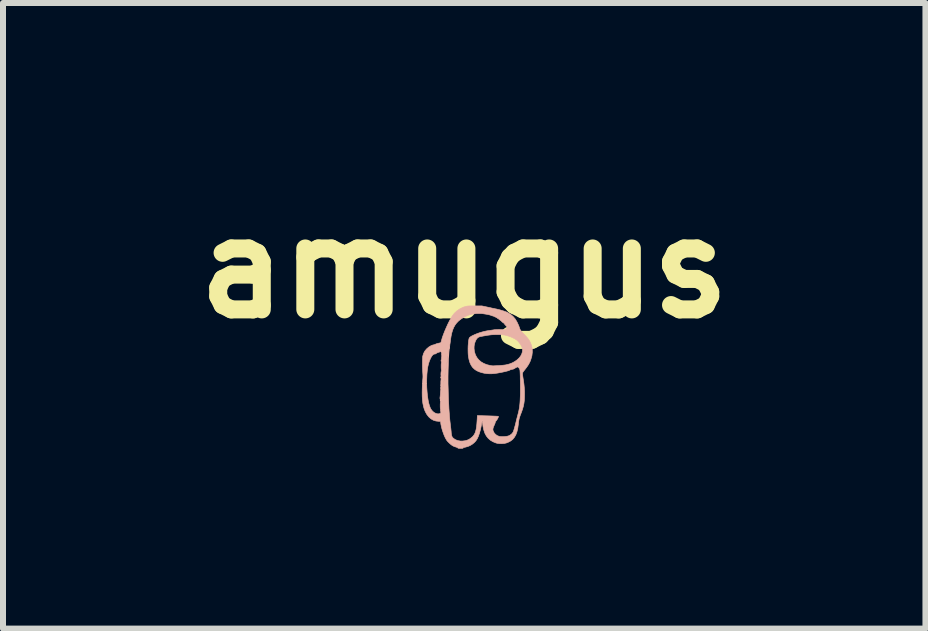
<source format=kicad_pcb>
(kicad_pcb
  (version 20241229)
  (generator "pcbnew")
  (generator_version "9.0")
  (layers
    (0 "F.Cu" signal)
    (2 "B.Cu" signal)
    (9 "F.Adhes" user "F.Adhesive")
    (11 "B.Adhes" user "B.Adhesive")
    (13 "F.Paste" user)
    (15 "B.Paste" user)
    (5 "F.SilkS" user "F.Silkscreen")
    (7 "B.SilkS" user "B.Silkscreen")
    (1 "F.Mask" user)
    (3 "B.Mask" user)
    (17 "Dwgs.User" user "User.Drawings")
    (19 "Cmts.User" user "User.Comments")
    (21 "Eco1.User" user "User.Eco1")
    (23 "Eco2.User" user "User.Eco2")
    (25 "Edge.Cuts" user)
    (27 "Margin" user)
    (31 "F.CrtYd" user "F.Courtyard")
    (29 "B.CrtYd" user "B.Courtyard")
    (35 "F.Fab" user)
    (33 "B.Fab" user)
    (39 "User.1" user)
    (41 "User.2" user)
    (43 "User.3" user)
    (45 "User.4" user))
  (footprint "amugus"
    (layer "F.Cu")
    (at 4.788 3.018)
    (property "Reference" "amugus" (at -0.1 -1.6 180) (layer "F.SilkS") (effects (font (size 1.524 1.524) (thickness 0.3))))
    (attr through_hole)
    (fp_poly (pts (xy 0.297 -0.947) (xy 0.331 -0.94) (xy 0.364 -0.932) (xy 0.395 -0.926) (xy 0.421 -0.92) (xy 0.439 -0.917) (xy 0.441 -0.916) (xy 0.475 -0.908) (xy 0.513 -0.898) (xy 0.549 -0.887) (xy 0.584 -0.875) (xy 0.612 -0.864) (xy 0.628 -0.856) (xy 0.675 -0.827) (xy 0.715 -0.792) (xy 0.751 -0.75) (xy 0.781 -0.699) (xy 0.808 -0.641) (xy 0.821 -0.605) (xy 0.826 -0.589) (xy 0.831 -0.577) (xy 0.837 -0.566) (xy 0.845 -0.554) (xy 0.856 -0.541) (xy 0.872 -0.523) (xy 0.894 -0.501) (xy 0.895 -0.5) (xy 0.923 -0.47) (xy 0.945 -0.446) (xy 0.962 -0.425) (xy 0.976 -0.406) (xy 0.988 -0.387) (xy 0.999 -0.366) (xy 1.002 -0.362) (xy 1.022 -0.309) (xy 1.034 -0.253) (xy 1.035 -0.195) (xy 1.028 -0.136) (xy 1.012 -0.081) (xy 1 -0.047) (xy 0.985 -0.016) (xy 0.969 0.013) (xy 0.948 0.044) (xy 0.922 0.079) (xy 0.903 0.103) (xy 0.89 0.119) (xy 0.881 0.132) (xy 0.875 0.143) (xy 0.872 0.156) (xy 0.872 0.171) (xy 0.874 0.191) (xy 0.878 0.218) (xy 0.88 0.231) (xy 0.888 0.281) (xy 0.894 0.323) (xy 0.898 0.359) (xy 0.901 0.391) (xy 0.903 0.422) (xy 0.905 0.453) (xy 0.905 0.487) (xy 0.905 0.511) (xy 0.904 0.565) (xy 0.901 0.614) (xy 0.895 0.659) (xy 0.886 0.703) (xy 0.873 0.749) (xy 0.856 0.799) (xy 0.841 0.837) (xy 0.83 0.866) (xy 0.822 0.89) (xy 0.816 0.912) (xy 0.811 0.935) (xy 0.807 0.962) (xy 0.803 0.995) (xy 0.801 1.011) (xy 0.792 1.076) (xy 0.778 1.133) (xy 0.76 1.181) (xy 0.736 1.222) (xy 0.708 1.256) (xy 0.673 1.283) (xy 0.633 1.304) (xy 0.602 1.316) (xy 0.566 1.324) (xy 0.526 1.327) (xy 0.485 1.326) (xy 0.448 1.321) (xy 0.429 1.316) (xy 0.378 1.295) (xy 0.335 1.269) (xy 0.299 1.237) (xy 0.268 1.198) (xy 0.244 1.153) (xy 0.226 1.1) (xy 0.213 1.04) (xy 0.205 0.981) (xy 0.204 0.964) (xy 0.203 0.953) (xy 0.201 0.949) (xy 0.199 0.951) (xy 0.197 0.961) (xy 0.194 0.979) (xy 0.189 1.005) (xy 0.186 1.02) (xy 0.172 1.089) (xy 0.155 1.15) (xy 0.137 1.202) (xy 0.117 1.245) (xy 0.096 1.278) (xy 0.095 1.28) (xy 0.066 1.311) (xy 0.031 1.339) (xy -0.005 1.36) (xy -0.026 1.369) (xy -0.049 1.377) (xy -0.074 1.384) (xy -0.094 1.389) (xy -0.107 1.39) (xy -0.115 1.394) (xy -0.117 1.398) (xy -0.119 1.402) (xy -0.125 1.404) (xy -0.138 1.405) (xy -0.158 1.405) (xy -0.162 1.405) (xy -0.184 1.405) (xy -0.198 1.404) (xy -0.205 1.401) (xy -0.207 1.399) (xy -0.211 1.394) (xy -0.223 1.389) (xy -0.232 1.386) (xy -0.267 1.375) (xy -0.299 1.359) (xy -0.33 1.335) (xy -0.354 1.313) (xy -0.376 1.291) (xy -0.392 1.271) (xy -0.405 1.249) (xy -0.418 1.225) (xy -0.433 1.192) (xy -0.447 1.155) (xy -0.461 1.115) (xy -0.473 1.075) (xy -0.482 1.037) (xy -0.489 1.003) (xy -0.492 0.976) (xy -0.492 0.971) (xy -0.492 0.956) (xy -0.523 0.955) (xy -0.571 0.95) (xy -0.615 0.936) (xy -0.655 0.913) (xy -0.691 0.881) (xy -0.723 0.84) (xy -0.73 0.828) (xy -0.75 0.791) (xy -0.766 0.751) (xy -0.779 0.707) (xy -0.789 0.659) (xy -0.796 0.606) (xy -0.8 0.545) (xy -0.801 0.477) (xy -0.8 0.417) (xy -0.799 0.38) (xy -0.798 0.344) (xy -0.797 0.324) (xy -0.726 0.324) (xy -0.724 0.395) (xy -0.719 0.464) (xy -0.713 0.529) (xy -0.704 0.589) (xy -0.694 0.643) (xy -0.681 0.689) (xy -0.667 0.727) (xy -0.66 0.742) (xy -0.641 0.771) (xy -0.618 0.795) (xy -0.592 0.814) (xy -0.564 0.826) (xy -0.537 0.831) (xy -0.512 0.828) (xy -0.505 0.825) (xy -0.494 0.816) (xy -0.489 0.805) (xy -0.49 0.795) (xy -0.491 0.793) (xy -0.496 0.783) (xy -0.497 0.769) (xy -0.495 0.757) (xy -0.495 0.757) (xy -0.494 0.751) (xy -0.496 0.751) (xy -0.498 0.746) (xy -0.499 0.734) (xy -0.5 0.716) (xy -0.5 0.695) (xy -0.5 0.674) (xy -0.499 0.654) (xy -0.498 0.639) (xy -0.497 0.629) (xy -0.496 0.627) (xy -0.494 0.622) (xy -0.496 0.618) (xy -0.5 0.609) (xy -0.5 0.596) (xy -0.5 0.584) (xy -0.502 0.578) (xy -0.503 0.578) (xy -0.505 0.571) (xy -0.504 0.56) (xy -0.504 0.559) (xy -0.502 0.546) (xy -0.5 0.527) (xy -0.498 0.508) (xy -0.497 0.487) (xy -0.496 0.468) (xy -0.495 0.456) (xy -0.493 0.442) (xy -0.491 0.433) (xy -0.49 0.432) (xy -0.489 0.425) (xy -0.491 0.424) (xy -0.493 0.417) (xy -0.494 0.405) (xy -0.493 0.391) (xy -0.491 0.38) (xy -0.489 0.376) (xy -0.489 0.368) (xy -0.491 0.364) (xy -0.494 0.355) (xy -0.493 0.352) (xy -0.491 0.344) (xy -0.49 0.33) (xy -0.49 0.315) (xy -0.49 0.294) (xy -0.488 0.274) (xy -0.487 0.264) (xy -0.486 0.259) (xy -0.37 0.259) (xy -0.37 0.308) (xy -0.37 0.331) (xy -0.367 0.429) (xy -0.365 0.519) (xy -0.362 0.6) (xy -0.358 0.676) (xy -0.355 0.745) (xy -0.35 0.811) (xy -0.345 0.873) (xy -0.34 0.933) (xy -0.333 0.992) (xy -0.327 1.045) (xy -0.324 1.067) (xy -0.321 1.094) (xy -0.318 1.123) (xy -0.317 1.139) (xy -0.314 1.17) (xy -0.309 1.193) (xy -0.303 1.21) (xy -0.295 1.224) (xy -0.283 1.235) (xy -0.278 1.239) (xy -0.259 1.253) (xy -0.241 1.263) (xy -0.22 1.271) (xy -0.205 1.276) (xy -0.168 1.283) (xy -0.131 1.284) (xy -0.091 1.279) (xy -0.086 1.279) (xy -0.051 1.269) (xy -0.019 1.255) (xy 0.012 1.233) (xy 0.03 1.219) (xy 0.049 1.2) (xy 0.065 1.178) (xy 0.079 1.153) (xy 0.09 1.122) (xy 0.099 1.086) (xy 0.106 1.043) (xy 0.111 0.992) (xy 0.115 0.933) (xy 0.116 0.924) (xy 0.119 0.859) (xy 0.258 0.863) (xy 0.295 0.864) (xy 0.329 0.865) (xy 0.36 0.866) (xy 0.385 0.867) (xy 0.403 0.868) (xy 0.413 0.868) (xy 0.413 0.868) (xy 0.43 0.869) (xy 0.449 0.87) (xy 0.452 0.87) (xy 0.465 0.871) (xy 0.47 0.873) (xy 0.47 0.88) (xy 0.468 0.886) (xy 0.458 0.909) (xy 0.442 0.934) (xy 0.431 0.948) (xy 0.422 0.959) (xy 0.418 0.97) (xy 0.418 0.971) (xy 0.416 0.98) (xy 0.411 0.995) (xy 0.404 1.012) (xy 0.391 1.04) (xy 0.383 1.062) (xy 0.379 1.08) (xy 0.378 1.094) (xy 0.381 1.109) (xy 0.383 1.115) (xy 0.399 1.147) (xy 0.422 1.173) (xy 0.452 1.194) (xy 0.485 1.206) (xy 0.508 1.209) (xy 0.537 1.21) (xy 0.568 1.209) (xy 0.599 1.206) (xy 0.626 1.201) (xy 0.637 1.198) (xy 0.666 1.184) (xy 0.693 1.163) (xy 0.714 1.136) (xy 0.715 1.133) (xy 0.72 1.122) (xy 0.726 1.104) (xy 0.734 1.078) (xy 0.742 1.049) (xy 0.751 1.017) (xy 0.753 1.008) (xy 0.762 0.972) (xy 0.771 0.934) (xy 0.78 0.898) (xy 0.789 0.866) (xy 0.795 0.841) (xy 0.795 0.841) (xy 0.805 0.803) (xy 0.813 0.766) (xy 0.82 0.729) (xy 0.825 0.69) (xy 0.829 0.649) (xy 0.832 0.605) (xy 0.834 0.555) (xy 0.836 0.5) (xy 0.836 0.437) (xy 0.836 0.365) (xy 0.836 0.346) (xy 0.835 0.291) (xy 0.834 0.245) (xy 0.834 0.207) (xy 0.833 0.177) (xy 0.832 0.152) (xy 0.831 0.133) (xy 0.83 0.118) (xy 0.829 0.107) (xy 0.828 0.098) (xy 0.826 0.091) (xy 0.825 0.089) (xy 0.819 0.076) (xy 0.811 0.064) (xy 0.801 0.053) (xy 0.794 0.048) (xy 0.792 0.048) (xy 0.773 0.054) (xy 0.753 0.065) (xy 0.74 0.073) (xy 0.722 0.083) (xy 0.701 0.088) (xy 0.685 0.091) (xy 0.67 0.096) (xy 0.667 0.097) (xy 0.654 0.104) (xy 0.636 0.111) (xy 0.611 0.118) (xy 0.579 0.126) (xy 0.539 0.135) (xy 0.523 0.138) (xy 0.461 0.15) (xy 0.406 0.158) (xy 0.358 0.162) (xy 0.313 0.162) (xy 0.272 0.159) (xy 0.232 0.153) (xy 0.191 0.143) (xy 0.182 0.14) (xy 0.15 0.13) (xy 0.125 0.119) (xy 0.103 0.108) (xy 0.08 0.093) (xy 0.074 0.088) (xy 0.043 0.06) (xy 0.017 0.024) (xy -0.004 -0.02) (xy -0.02 -0.073) (xy -0.029 -0.122) (xy -0.033 -0.151) (xy -0.035 -0.185) (xy -0.036 -0.223) (xy -0.036 -0.26) (xy 0.064 -0.26) (xy 0.069 -0.216) (xy 0.071 -0.205) (xy 0.086 -0.155) (xy 0.11 -0.11) (xy 0.141 -0.071) (xy 0.18 -0.037) (xy 0.226 -0.01) (xy 0.279 0.011) (xy 0.33 0.023) (xy 0.344 0.026) (xy 0.355 0.028) (xy 0.365 0.029) (xy 0.376 0.03) (xy 0.389 0.03) (xy 0.406 0.029) (xy 0.429 0.028) (xy 0.46 0.026) (xy 0.468 0.026) (xy 0.501 0.024) (xy 0.533 0.021) (xy 0.563 0.018) (xy 0.587 0.015) (xy 0.598 0.013) (xy 0.651 -0.000388) (xy 0.7 -0.019) (xy 0.744 -0.043) (xy 0.782 -0.07) (xy 0.815 -0.101) (xy 0.841 -0.134) (xy 0.859 -0.169) (xy 0.87 -0.205) (xy 0.872 -0.242) (xy 0.866 -0.27) (xy 0.857 -0.294) (xy 0.841 -0.322) (xy 0.822 -0.349) (xy 0.802 -0.375) (xy 0.782 -0.394) (xy 0.781 -0.395) (xy 0.744 -0.42) (xy 0.7 -0.442) (xy 0.651 -0.462) (xy 0.599 -0.477) (xy 0.575 -0.483) (xy 0.553 -0.486) (xy 0.53 -0.489) (xy 0.504 -0.49) (xy 0.471 -0.491) (xy 0.441 -0.491) (xy 0.406 -0.49) (xy 0.376 -0.489) (xy 0.347 -0.487) (xy 0.318 -0.483) (xy 0.286 -0.479) (xy 0.248 -0.472) (xy 0.208 -0.465) (xy 0.189 -0.461) (xy 0.17 -0.458) (xy 0.162 -0.456) (xy 0.139 -0.448) (xy 0.117 -0.431) (xy 0.098 -0.405) (xy 0.083 -0.372) (xy 0.073 -0.342) (xy 0.065 -0.3) (xy 0.064 -0.26) (xy -0.036 -0.26) (xy -0.036 -0.262) (xy -0.035 -0.301) (xy -0.032 -0.338) (xy -0.029 -0.372) (xy -0.025 -0.401) (xy -0.02 -0.423) (xy -0.015 -0.437) (xy -0.014 -0.437) (xy -0.002 -0.449) (xy 0.018 -0.463) (xy 0.045 -0.477) (xy 0.078 -0.492) (xy 0.115 -0.507) (xy 0.154 -0.521) (xy 0.194 -0.533) (xy 0.235 -0.544) (xy 0.273 -0.552) (xy 0.303 -0.557) (xy 0.327 -0.56) (xy 0.358 -0.565) (xy 0.399 -0.571) (xy 0.403 -0.572) (xy 0.42 -0.573) (xy 0.445 -0.574) (xy 0.474 -0.575) (xy 0.505 -0.575) (xy 0.536 -0.574) (xy 0.536 -0.574) (xy 0.559 -0.574) (xy 0.576 -0.576) (xy 0.59 -0.582) (xy 0.591 -0.583) (xy 0.607 -0.594) (xy 0.614 -0.607) (xy 0.612 -0.62) (xy 0.606 -0.628) (xy 0.594 -0.641) (xy 0.582 -0.654) (xy 0.573 -0.665) (xy 0.568 -0.672) (xy 0.568 -0.673) (xy 0.564 -0.678) (xy 0.554 -0.686) (xy 0.546 -0.691) (xy 0.534 -0.7) (xy 0.526 -0.706) (xy 0.526 -0.709) (xy 0.523 -0.713) (xy 0.513 -0.721) (xy 0.499 -0.731) (xy 0.498 -0.732) (xy 0.484 -0.742) (xy 0.474 -0.75) (xy 0.471 -0.755) (xy 0.471 -0.755) (xy 0.47 -0.757) (xy 0.466 -0.756) (xy 0.458 -0.758) (xy 0.453 -0.764) (xy 0.447 -0.771) (xy 0.443 -0.771) (xy 0.438 -0.772) (xy 0.438 -0.774) (xy 0.434 -0.779) (xy 0.431 -0.779) (xy 0.422 -0.782) (xy 0.41 -0.787) (xy 0.407 -0.789) (xy 0.393 -0.796) (xy 0.379 -0.801) (xy 0.378 -0.801) (xy 0.365 -0.804) (xy 0.35 -0.81) (xy 0.347 -0.811) (xy 0.33 -0.817) (xy 0.305 -0.823) (xy 0.276 -0.829) (xy 0.244 -0.834) (xy 0.211 -0.839) (xy 0.181 -0.842) (xy 0.176 -0.842) (xy 0.107 -0.842) (xy 0.04 -0.833) (xy -0.025 -0.816) (xy -0.087 -0.79) (xy -0.144 -0.757) (xy -0.196 -0.717) (xy -0.198 -0.714) (xy -0.228 -0.683) (xy -0.253 -0.649) (xy -0.274 -0.612) (xy -0.292 -0.569) (xy -0.307 -0.519) (xy -0.319 -0.463) (xy -0.329 -0.398) (xy -0.331 -0.379) (xy -0.335 -0.349) (xy -0.492 0.616) (xy -0.34 -0.308) (xy -0.343 -0.293) (xy -0.345 -0.277) (xy -0.347 -0.269) (xy -0.35 -0.245) (xy -0.353 -0.213) (xy -0.356 -0.173) (xy -0.359 -0.127) (xy -0.362 -0.076) (xy -0.364 -0.022) (xy -0.366 0.035) (xy -0.368 0.093) (xy -0.369 0.15) (xy -0.37 0.206) (xy -0.37 0.259) (xy -0.486 0.259) (xy -0.485 0.247) (xy -0.488 0.235) (xy -0.489 0.234) (xy -0.493 0.226) (xy -0.491 0.216) (xy -0.489 0.212) (xy -0.485 0.201) (xy -0.486 0.193) (xy -0.488 0.186) (xy -0.488 0.172) (xy -0.488 0.163) (xy -0.487 0.147) (xy -0.486 0.134) (xy -0.486 0.131) (xy -0.482 0.12) (xy -0.481 0.117) (xy -0.478 0.109) (xy -0.479 0.106) (xy -0.481 0.097) (xy -0.483 0.081) (xy -0.484 0.061) (xy -0.484 0.038) (xy -0.484 0.016) (xy -0.483 -0.003) (xy -0.481 -0.015) (xy -0.479 -0.032) (xy -0.481 -0.041) (xy -0.486 -0.05) (xy -0.486 -0.061) (xy -0.484 -0.07) (xy -0.482 -0.071) (xy -0.48 -0.078) (xy -0.479 -0.09) (xy -0.479 -0.098) (xy -0.478 -0.113) (xy -0.476 -0.125) (xy -0.475 -0.128) (xy -0.474 -0.137) (xy -0.476 -0.143) (xy -0.479 -0.156) (xy -0.478 -0.163) (xy -0.477 -0.179) (xy -0.481 -0.193) (xy -0.489 -0.203) (xy -0.499 -0.207) (xy -0.509 -0.203) (xy -0.51 -0.202) (xy -0.52 -0.196) (xy -0.527 -0.196) (xy -0.538 -0.195) (xy -0.542 -0.191) (xy -0.549 -0.187) (xy -0.552 -0.187) (xy -0.557 -0.185) (xy -0.565 -0.178) (xy -0.577 -0.169) (xy -0.592 -0.167) (xy -0.607 -0.164) (xy -0.622 -0.153) (xy -0.638 -0.135) (xy -0.655 -0.107) (xy -0.658 -0.101) (xy -0.678 -0.057) (xy -0.694 -0.009) (xy -0.707 0.046) (xy -0.716 0.107) (xy -0.722 0.175) (xy -0.725 0.25) (xy -0.726 0.324) (xy -0.797 0.324) (xy -0.796 0.312) (xy -0.794 0.284) (xy -0.792 0.264) (xy -0.791 0.256) (xy -0.789 0.233) (xy -0.788 0.209) (xy -0.789 0.178) (xy -0.791 0.147) (xy -0.793 0.112) (xy -0.795 0.073) (xy -0.796 0.033) (xy -0.796 -0.008) (xy -0.796 -0.046) (xy -0.795 -0.08) (xy -0.794 -0.108) (xy -0.792 -0.129) (xy -0.791 -0.132) (xy -0.778 -0.176) (xy -0.757 -0.216) (xy -0.727 -0.252) (xy -0.691 -0.283) (xy -0.651 -0.307) (xy -0.635 -0.313) (xy -0.621 -0.318) (xy -0.615 -0.319) (xy -0.605 -0.321) (xy -0.59 -0.326) (xy -0.577 -0.332) (xy -0.556 -0.34) (xy -0.531 -0.346) (xy -0.52 -0.349) (xy -0.504 -0.352) (xy -0.493 -0.354) (xy -0.489 -0.355) (xy -0.488 -0.361) (xy -0.484 -0.373) (xy -0.48 -0.39) (xy -0.479 -0.392) (xy -0.466 -0.439) (xy -0.447 -0.492) (xy -0.425 -0.548) (xy -0.4 -0.606) (xy -0.374 -0.664) (xy -0.347 -0.718) (xy -0.32 -0.767) (xy -0.3 -0.8) (xy -0.265 -0.846) (xy -0.222 -0.886) (xy -0.174 -0.919) (xy -0.12 -0.946) (xy -0.081 -0.959) (xy -0.068 -0.962) (xy -0.055 -0.965) (xy -0.04 -0.967) (xy -0.022 -0.968) (xy 0.001 -0.969) (xy 0.031 -0.969) (xy 0.069 -0.969) (xy 0.075 -0.969) (xy 0.194 -0.969) (xy 0.297 -0.947)) (stroke (width 0.01) (type solid)) (fill yes) (layer "B.SilkS")))
  (gr_rect
    (start -3 -3)
    (end 12.376 7.428)
    (stroke (width 0.1) (type default))
    (fill no)
    (layer "Edge.Cuts")))
</source>
